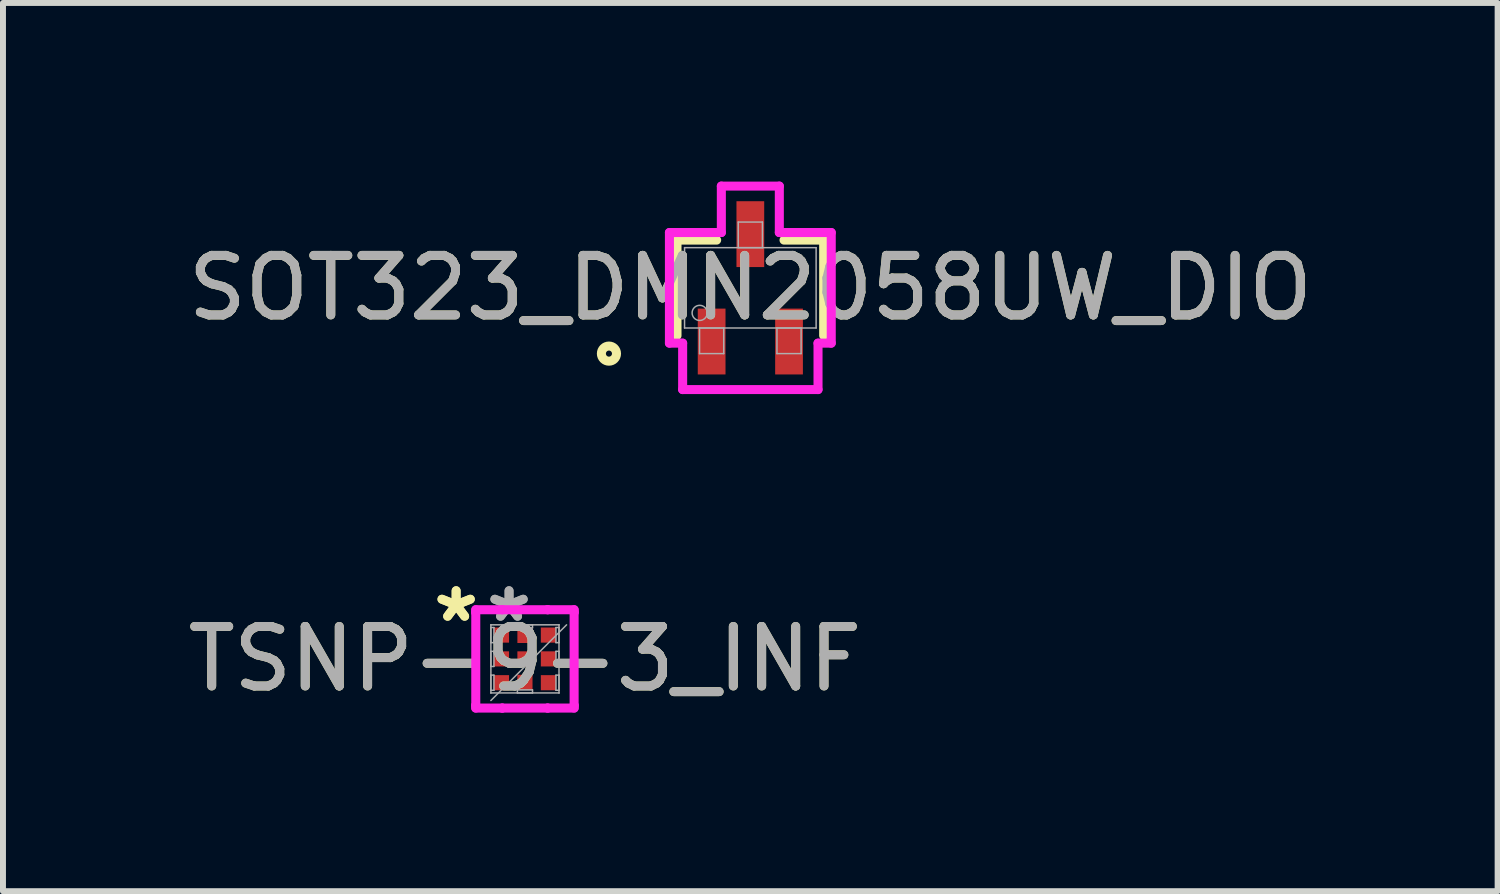
<source format=kicad_pcb>
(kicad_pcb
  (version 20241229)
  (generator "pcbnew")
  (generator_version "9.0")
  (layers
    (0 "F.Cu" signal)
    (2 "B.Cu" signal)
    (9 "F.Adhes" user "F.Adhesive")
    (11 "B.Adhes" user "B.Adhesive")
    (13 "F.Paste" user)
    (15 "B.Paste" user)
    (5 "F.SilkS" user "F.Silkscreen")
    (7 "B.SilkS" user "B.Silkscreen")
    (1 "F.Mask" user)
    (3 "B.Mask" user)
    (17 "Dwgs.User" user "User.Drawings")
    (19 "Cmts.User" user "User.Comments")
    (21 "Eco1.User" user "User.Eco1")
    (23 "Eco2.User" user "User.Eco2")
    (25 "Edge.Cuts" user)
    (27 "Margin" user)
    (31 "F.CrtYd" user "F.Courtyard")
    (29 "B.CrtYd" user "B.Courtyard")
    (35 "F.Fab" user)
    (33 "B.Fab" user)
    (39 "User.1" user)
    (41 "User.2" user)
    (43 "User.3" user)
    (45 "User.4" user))
  (footprint "SOT323_DMN2058UW_DIO"
    (layer "F.Cu")
    (at 9.554 1.785)
    (property "Reference" "SOT323_DMN2058UW_DIO" (at 0 0 0) (unlocked yes) (layer "F.SilkS") (effects (font (size 1 1) (thickness 0.15))))
    (attr smd)
    (fp_line (start -1.232 -0.802) (end -1.232 0.802) (stroke (width 0.152) (type solid)) (layer "F.SilkS"))
    (fp_line (start -0.566 -0.802) (end -1.232 -0.802) (stroke (width 0.152) (type solid)) (layer "F.SilkS"))
    (fp_line (start 1.232 -0.802) (end 0.566 -0.802) (stroke (width 0.152) (type solid)) (layer "F.SilkS"))
    (fp_line (start 1.232 0.802) (end 1.232 -0.802) (stroke (width 0.152) (type solid)) (layer "F.SilkS"))
    (fp_circle (center -2.375 1.105) (end -2.248 1.105) (stroke (width 0.152) (type solid)) (fill no) (layer "F.SilkS"))
    (fp_line (start -1.359 -0.929) (end -0.487 -0.929) (stroke (width 0.152) (type solid)) (layer "F.CrtYd"))
    (fp_line (start -1.359 0.929) (end -1.359 -0.929) (stroke (width 0.152) (type solid)) (layer "F.CrtYd"))
    (fp_line (start -1.359 0.929) (end -1.137 0.929) (stroke (width 0.152) (type solid)) (layer "F.CrtYd"))
    (fp_line (start -1.137 0.929) (end -1.137 1.709) (stroke (width 0.152) (type solid)) (layer "F.CrtYd"))
    (fp_line (start -1.137 1.709) (end 1.137 1.709) (stroke (width 0.152) (type solid)) (layer "F.CrtYd"))
    (fp_line (start -0.487 -1.709) (end 0.487 -1.709) (stroke (width 0.152) (type solid)) (layer "F.CrtYd"))
    (fp_line (start -0.487 -0.929) (end -0.487 -1.709) (stroke (width 0.152) (type solid)) (layer "F.CrtYd"))
    (fp_line (start 0.487 -0.929) (end 0.487 -1.709) (stroke (width 0.152) (type solid)) (layer "F.CrtYd"))
    (fp_line (start 1.137 0.929) (end 1.137 1.709) (stroke (width 0.152) (type solid)) (layer "F.CrtYd"))
    (fp_line (start 1.359 -0.929) (end 0.487 -0.929) (stroke (width 0.152) (type solid)) (layer "F.CrtYd"))
    (fp_line (start 1.359 -0.929) (end 1.359 0.929) (stroke (width 0.152) (type solid)) (layer "F.CrtYd"))
    (fp_line (start 1.359 0.929) (end 1.137 0.929) (stroke (width 0.152) (type solid)) (layer "F.CrtYd"))
    (fp_line (start -1.105 -0.675) (end -1.105 0.675) (stroke (width 0.025) (type solid)) (layer "F.Fab"))
    (fp_line (start -1.105 0.675) (end 1.105 0.675) (stroke (width 0.025) (type solid)) (layer "F.Fab"))
    (fp_line (start -0.853 0.675) (end -0.853 1.105) (stroke (width 0.025) (type solid)) (layer "F.Fab"))
    (fp_line (start -0.853 1.105) (end -0.447 1.105) (stroke (width 0.025) (type solid)) (layer "F.Fab"))
    (fp_line (start -0.447 0.675) (end -0.853 0.675) (stroke (width 0.025) (type solid)) (layer "F.Fab"))
    (fp_line (start -0.447 1.105) (end -0.447 0.675) (stroke (width 0.025) (type solid)) (layer "F.Fab"))
    (fp_line (start -0.203 -1.105) (end -0.203 -0.675) (stroke (width 0.025) (type solid)) (layer "F.Fab"))
    (fp_line (start -0.203 -0.675) (end 0.203 -0.675) (stroke (width 0.025) (type solid)) (layer "F.Fab"))
    (fp_line (start 0.203 -1.105) (end -0.203 -1.105) (stroke (width 0.025) (type solid)) (layer "F.Fab"))
    (fp_line (start 0.203 -0.675) (end 0.203 -1.105) (stroke (width 0.025) (type solid)) (layer "F.Fab"))
    (fp_line (start 0.447 0.675) (end 0.447 1.105) (stroke (width 0.025) (type solid)) (layer "F.Fab"))
    (fp_line (start 0.447 1.105) (end 0.853 1.105) (stroke (width 0.025) (type solid)) (layer "F.Fab"))
    (fp_line (start 0.853 0.675) (end 0.447 0.675) (stroke (width 0.025) (type solid)) (layer "F.Fab"))
    (fp_line (start 0.853 1.105) (end 0.853 0.675) (stroke (width 0.025) (type solid)) (layer "F.Fab"))
    (fp_line (start 1.105 -0.675) (end -1.105 -0.675) (stroke (width 0.025) (type solid)) (layer "F.Fab"))
    (fp_line (start 1.105 0.675) (end 1.105 -0.675) (stroke (width 0.025) (type solid)) (layer "F.Fab"))
    (fp_circle (center -0.851 0.421) (end -0.724 0.421) (stroke (width 0.025) (type solid)) (fill no) (layer "F.Fab"))
    (fp_text user "${REFERENCE}" (at 0 0 0) (unlocked yes) (layer "F.Fab") (effects (font (size 1 1) (thickness 0.15))))
    (pad "1" smd rect (at -0.65 0.902) (size 0.466 1.106) (layers "F.Cu" "F.Mask" "F.Paste"))
    (pad "2" smd rect (at 0.65 0.902) (size 0.466 1.106) (layers "F.Cu" "F.Mask" "F.Paste"))
    (pad "3" smd rect (at 0 -0.902) (size 0.466 1.106) (layers "F.Cu" "F.Mask" "F.Paste")))
  (footprint "TSNP-9-3_INF"
    (layer "F.Cu")
    (at 5.768 8.018)
    (property "Reference" "TSNP-9-3_INF" (at 0 0 0) (unlocked yes) (layer "F.SilkS") (effects (font (size 1 1) (thickness 0.15))))
    (attr smd)
    (fp_line (start -0.826 -0.826) (end -0.381 -0.826) (stroke (width 0.152) (type solid)) (layer "F.CrtYd"))
    (fp_line (start -0.826 -0.781) (end -0.826 -0.826) (stroke (width 0.152) (type solid)) (layer "F.CrtYd"))
    (fp_line (start -0.826 -0.781) (end -0.826 -0.781) (stroke (width 0.152) (type solid)) (layer "F.CrtYd"))
    (fp_line (start -0.826 0.781) (end -0.826 -0.781) (stroke (width 0.152) (type solid)) (layer "F.CrtYd"))
    (fp_line (start -0.826 0.781) (end -0.826 0.781) (stroke (width 0.152) (type solid)) (layer "F.CrtYd"))
    (fp_line (start -0.826 0.826) (end -0.826 0.781) (stroke (width 0.152) (type solid)) (layer "F.CrtYd"))
    (fp_line (start -0.381 -0.826) (end -0.381 -0.826) (stroke (width 0.152) (type solid)) (layer "F.CrtYd"))
    (fp_line (start -0.381 -0.826) (end 0.381 -0.826) (stroke (width 0.152) (type solid)) (layer "F.CrtYd"))
    (fp_line (start -0.381 0.826) (end -0.826 0.826) (stroke (width 0.152) (type solid)) (layer "F.CrtYd"))
    (fp_line (start -0.381 0.826) (end -0.381 0.826) (stroke (width 0.152) (type solid)) (layer "F.CrtYd"))
    (fp_line (start 0.381 -0.826) (end 0.381 -0.826) (stroke (width 0.152) (type solid)) (layer "F.CrtYd"))
    (fp_line (start 0.381 -0.826) (end 0.826 -0.826) (stroke (width 0.152) (type solid)) (layer "F.CrtYd"))
    (fp_line (start 0.381 0.826) (end -0.381 0.826) (stroke (width 0.152) (type solid)) (layer "F.CrtYd"))
    (fp_line (start 0.381 0.826) (end 0.381 0.826) (stroke (width 0.152) (type solid)) (layer "F.CrtYd"))
    (fp_line (start 0.826 -0.826) (end 0.826 -0.781) (stroke (width 0.152) (type solid)) (layer "F.CrtYd"))
    (fp_line (start 0.826 -0.781) (end 0.826 -0.781) (stroke (width 0.152) (type solid)) (layer "F.CrtYd"))
    (fp_line (start 0.826 -0.781) (end 0.826 0.781) (stroke (width 0.152) (type solid)) (layer "F.CrtYd"))
    (fp_line (start 0.826 0.781) (end 0.826 0.781) (stroke (width 0.152) (type solid)) (layer "F.CrtYd"))
    (fp_line (start 0.826 0.781) (end 0.826 0.826) (stroke (width 0.152) (type solid)) (layer "F.CrtYd"))
    (fp_line (start 0.826 0.826) (end 0.381 0.826) (stroke (width 0.152) (type solid)) (layer "F.CrtYd"))
    (fp_line (start -0.572 -0.572) (end -0.572 -0.572) (stroke (width 0.025) (type solid)) (layer "F.Fab"))
    (fp_line (start -0.572 -0.572) (end -0.572 0.572) (stroke (width 0.025) (type solid)) (layer "F.Fab"))
    (fp_line (start -0.572 -0.527) (end -0.521 -0.527) (stroke (width 0.025) (type solid)) (layer "F.Fab"))
    (fp_line (start -0.572 -0.273) (end -0.572 -0.527) (stroke (width 0.025) (type solid)) (layer "F.Fab"))
    (fp_line (start -0.572 -0.127) (end -0.521 -0.127) (stroke (width 0.025) (type solid)) (layer "F.Fab"))
    (fp_line (start -0.572 0.127) (end -0.572 -0.127) (stroke (width 0.025) (type solid)) (layer "F.Fab"))
    (fp_line (start -0.572 0.273) (end -0.521 0.273) (stroke (width 0.025) (type solid)) (layer "F.Fab"))
    (fp_line (start -0.572 0.527) (end -0.572 0.273) (stroke (width 0.025) (type solid)) (layer "F.Fab"))
    (fp_line (start -0.572 0.572) (end -0.572 0.572) (stroke (width 0.025) (type solid)) (layer "F.Fab"))
    (fp_line (start -0.572 0.572) (end 0.572 0.572) (stroke (width 0.025) (type solid)) (layer "F.Fab"))
    (fp_line (start -0.572 0.699) (end 0.699 -0.572) (stroke (width 0.025) (type solid)) (layer "F.Fab"))
    (fp_line (start -0.521 -0.527) (end -0.521 -0.273) (stroke (width 0.025) (type solid)) (layer "F.Fab"))
    (fp_line (start -0.521 -0.273) (end -0.572 -0.273) (stroke (width 0.025) (type solid)) (layer "F.Fab"))
    (fp_line (start -0.521 -0.127) (end -0.521 0.127) (stroke (width 0.025) (type solid)) (layer "F.Fab"))
    (fp_line (start -0.521 0.127) (end -0.572 0.127) (stroke (width 0.025) (type solid)) (layer "F.Fab"))
    (fp_line (start -0.521 0.273) (end -0.521 0.527) (stroke (width 0.025) (type solid)) (layer "F.Fab"))
    (fp_line (start -0.521 0.527) (end -0.572 0.527) (stroke (width 0.025) (type solid)) (layer "F.Fab"))
    (fp_line (start -0.127 -0.572) (end 0.127 -0.572) (stroke (width 0.025) (type solid)) (layer "F.Fab"))
    (fp_line (start -0.127 -0.521) (end -0.127 -0.572) (stroke (width 0.025) (type solid)) (layer "F.Fab"))
    (fp_line (start -0.127 0.521) (end 0.127 0.521) (stroke (width 0.025) (type solid)) (layer "F.Fab"))
    (fp_line (start -0.127 0.572) (end -0.127 0.521) (stroke (width 0.025) (type solid)) (layer "F.Fab"))
    (fp_line (start 0.127 -0.572) (end 0.127 -0.521) (stroke (width 0.025) (type solid)) (layer "F.Fab"))
    (fp_line (start 0.127 -0.521) (end -0.127 -0.521) (stroke (width 0.025) (type solid)) (layer "F.Fab"))
    (fp_line (start 0.127 0.521) (end 0.127 0.572) (stroke (width 0.025) (type solid)) (layer "F.Fab"))
    (fp_line (start 0.127 0.572) (end -0.127 0.572) (stroke (width 0.025) (type solid)) (layer "F.Fab"))
    (fp_line (start 0.521 -0.527) (end 0.572 -0.527) (stroke (width 0.025) (type solid)) (layer "F.Fab"))
    (fp_line (start 0.521 -0.273) (end 0.521 -0.527) (stroke (width 0.025) (type solid)) (layer "F.Fab"))
    (fp_line (start 0.521 -0.127) (end 0.572 -0.127) (stroke (width 0.025) (type solid)) (layer "F.Fab"))
    (fp_line (start 0.521 0.127) (end 0.521 -0.127) (stroke (width 0.025) (type solid)) (layer "F.Fab"))
    (fp_line (start 0.521 0.273) (end 0.572 0.273) (stroke (width 0.025) (type solid)) (layer "F.Fab"))
    (fp_line (start 0.521 0.527) (end 0.521 0.273) (stroke (width 0.025) (type solid)) (layer "F.Fab"))
    (fp_line (start 0.572 -0.572) (end -0.572 -0.572) (stroke (width 0.025) (type solid)) (layer "F.Fab"))
    (fp_line (start 0.572 -0.572) (end 0.572 -0.572) (stroke (width 0.025) (type solid)) (layer "F.Fab"))
    (fp_line (start 0.572 -0.527) (end 0.572 -0.273) (stroke (width 0.025) (type solid)) (layer "F.Fab"))
    (fp_line (start 0.572 -0.273) (end 0.521 -0.273) (stroke (width 0.025) (type solid)) (layer "F.Fab"))
    (fp_line (start 0.572 -0.127) (end 0.572 0.127) (stroke (width 0.025) (type solid)) (layer "F.Fab"))
    (fp_line (start 0.572 0.127) (end 0.521 0.127) (stroke (width 0.025) (type solid)) (layer "F.Fab"))
    (fp_line (start 0.572 0.273) (end 0.572 0.527) (stroke (width 0.025) (type solid)) (layer "F.Fab"))
    (fp_line (start 0.572 0.527) (end 0.521 0.527) (stroke (width 0.025) (type solid)) (layer "F.Fab"))
    (fp_line (start 0.572 0.572) (end 0.572 -0.572) (stroke (width 0.025) (type solid)) (layer "F.Fab"))
    (fp_line (start 0.572 0.572) (end 0.572 0.572) (stroke (width 0.025) (type solid)) (layer "F.Fab"))
    (fp_text user "*" (at -1.156 -0.6 0) (layer "F.SilkS") (effects (font (size 1 1) (thickness 0.15))))
    (fp_text user "*" (at -1.156 -0.6 0) (unlocked yes) (layer "F.SilkS") (effects (font (size 1 1) (thickness 0.15))))
    (fp_text user "*" (at -0.267 -0.6 0) (unlocked yes) (layer "F.Fab") (effects (font (size 1 1) (thickness 0.15))))
    (fp_text user "${REFERENCE}" (at 0 0 0) (unlocked yes) (layer "F.Fab") (effects (font (size 1 1) (thickness 0.15))))
    (fp_text user "*" (at -0.267 -0.6 0) (layer "F.Fab") (effects (font (size 1 1) (thickness 0.15))))
    (pad "1" smd rect (at -0.394 -0.4 90) (size 0.254 0.254) (layers "F.Cu" "F.Mask" "F.Paste"))
    (pad "2" smd rect (at -0.394 0 90) (size 0.254 0.254) (layers "F.Cu" "F.Mask" "F.Paste"))
    (pad "3" smd rect (at -0.394 0.4 90) (size 0.254 0.254) (layers "F.Cu" "F.Mask" "F.Paste"))
    (pad "4" smd rect (at 0 0.394) (size 0.254 0.254) (layers "F.Cu" "F.Mask" "F.Paste"))
    (pad "5" smd rect (at 0.394 0.4 90) (size 0.254 0.254) (layers "F.Cu" "F.Mask" "F.Paste"))
    (pad "6" smd rect (at 0.394 0 90) (size 0.254 0.254) (layers "F.Cu" "F.Mask" "F.Paste"))
    (pad "7" smd rect (at 0.394 -0.4 90) (size 0.254 0.254) (layers "F.Cu" "F.Mask" "F.Paste"))
    (pad "8" smd rect (at 0 -0.394) (size 0.254 0.254) (layers "F.Cu" "F.Mask" "F.Paste"))
    (pad "9" smd rect (at 0 0) (size 0.254 0.254) (layers "F.Cu" "F.Mask" "F.Paste")))
  (gr_rect
    (start -3 -3)
    (end 22.107 11.92)
    (stroke (width 0.1) (type default))
    (fill no)
    (layer "Edge.Cuts")))
</source>
